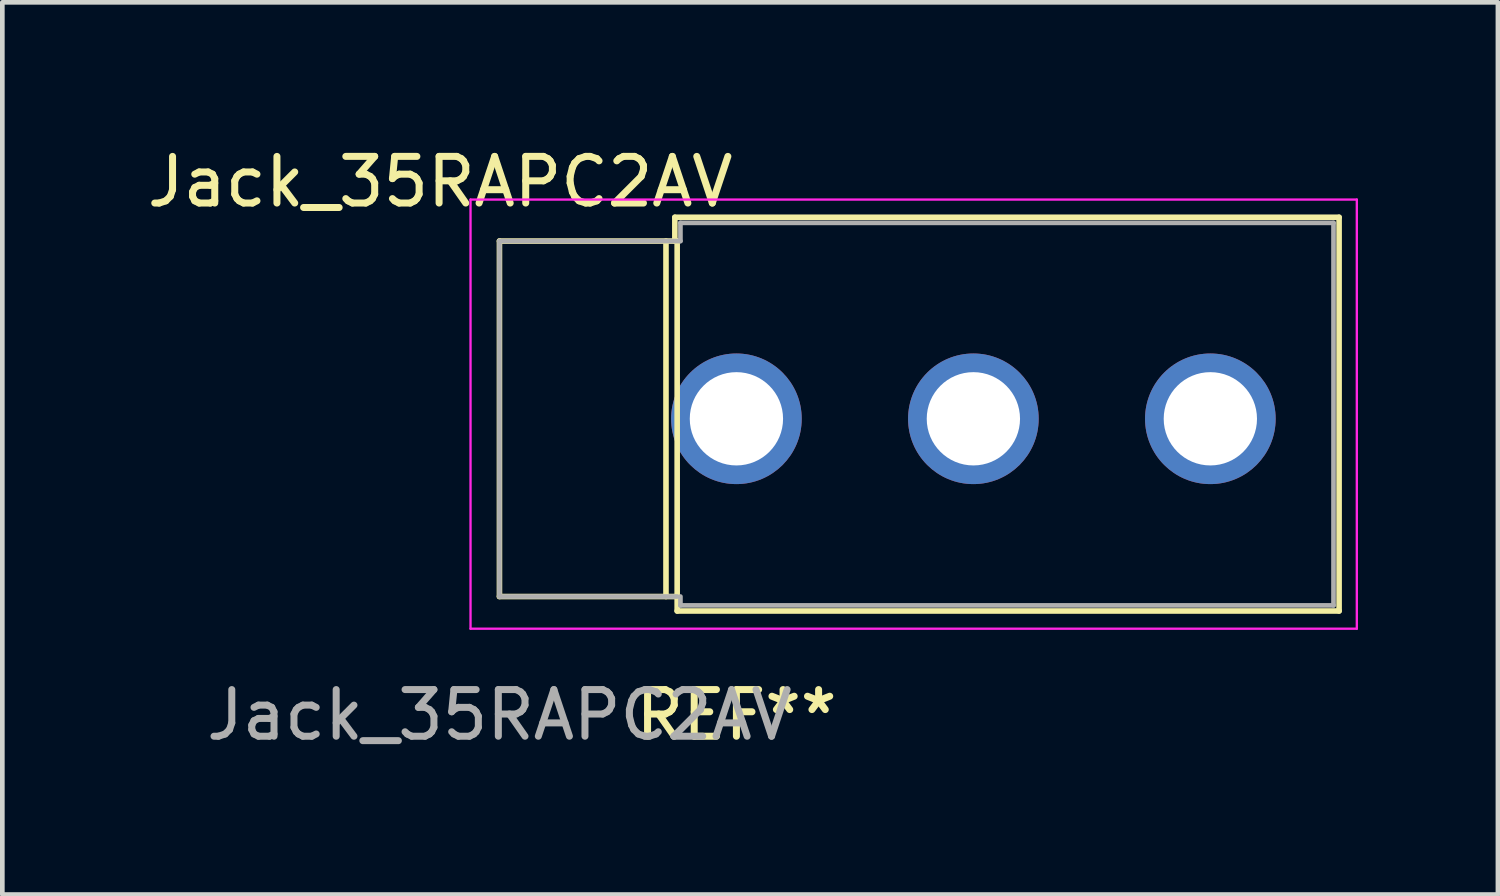
<source format=kicad_pcb>
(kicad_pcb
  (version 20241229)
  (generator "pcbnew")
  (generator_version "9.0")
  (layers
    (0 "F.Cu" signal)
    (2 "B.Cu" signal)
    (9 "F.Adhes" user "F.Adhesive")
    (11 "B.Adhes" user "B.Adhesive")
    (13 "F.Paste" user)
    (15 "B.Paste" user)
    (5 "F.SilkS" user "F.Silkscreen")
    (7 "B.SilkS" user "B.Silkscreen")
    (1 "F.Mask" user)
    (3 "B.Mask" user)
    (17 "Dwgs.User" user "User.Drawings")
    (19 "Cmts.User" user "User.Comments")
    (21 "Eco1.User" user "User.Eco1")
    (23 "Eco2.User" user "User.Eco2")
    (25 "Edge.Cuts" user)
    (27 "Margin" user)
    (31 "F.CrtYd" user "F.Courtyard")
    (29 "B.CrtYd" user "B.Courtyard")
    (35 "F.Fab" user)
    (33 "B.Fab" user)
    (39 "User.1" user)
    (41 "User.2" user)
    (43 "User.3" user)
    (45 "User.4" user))
  (footprint "Jack_35RAPC2AV"
    (layer "F.Cu")
    (at 17.817 5.928)
    (property "Reference" "Jack_35RAPC2AV" (at -11.43 -5.08 0) (layer "F.SilkS") (effects (font (size 1 1) (thickness 0.15))))
    (attr through_hole)
    (fp_line (start -10.16 -3.81) (end -6.35 -3.81) (stroke (width 0.12) (type solid)) (layer "F.SilkS"))
    (fp_line (start -10.16 3.81) (end -10.16 -3.81) (stroke (width 0.12) (type solid)) (layer "F.SilkS"))
    (fp_line (start -6.59 3.81) (end -6.59 -3.81) (stroke (width 0.12) (type solid)) (layer "F.SilkS"))
    (fp_line (start -6.4 -4.32) (end 7.84 -4.32) (stroke (width 0.12) (type solid)) (layer "F.SilkS"))
    (fp_line (start -6.4 -3.81) (end -6.4 -4.32) (stroke (width 0.12) (type solid)) (layer "F.SilkS"))
    (fp_line (start -6.35 3.81) (end -10.16 3.81) (stroke (width 0.12) (type solid)) (layer "F.SilkS"))
    (fp_line (start -6.35 3.81) (end -6.35 -3.81) (stroke (width 0.12) (type solid)) (layer "F.SilkS"))
    (fp_line (start -6.35 4.12) (end -6.35 3.81) (stroke (width 0.12) (type solid)) (layer "F.SilkS"))
    (fp_line (start 7.84 -4.32) (end 7.84 4.12) (stroke (width 0.12) (type solid)) (layer "F.SilkS"))
    (fp_line (start 7.84 4.12) (end -6.35 4.12) (stroke (width 0.12) (type solid)) (layer "F.SilkS"))
    (fp_line (start -10.78 -4.7) (end -10.78 4.5) (stroke (width 0.05) (type solid)) (layer "F.CrtYd"))
    (fp_line (start -10.78 4.5) (end 8.22 4.5) (stroke (width 0.05) (type solid)) (layer "F.CrtYd"))
    (fp_line (start 8.22 -4.7) (end -10.78 -4.7) (stroke (width 0.05) (type solid)) (layer "F.CrtYd"))
    (fp_line (start 8.22 4.5) (end 8.22 -4.7) (stroke (width 0.05) (type solid)) (layer "F.CrtYd"))
    (fp_line (start -10.16 -3.81) (end -6.28 -3.81) (stroke (width 0.1) (type solid)) (layer "F.Fab"))
    (fp_line (start -10.16 3.81) (end -10.16 -3.81) (stroke (width 0.1) (type solid)) (layer "F.Fab"))
    (fp_line (start -6.35 3.81) (end -10.16 3.81) (stroke (width 0.1) (type solid)) (layer "F.Fab"))
    (fp_line (start -6.28 -4.2) (end 7.72 -4.2) (stroke (width 0.1) (type solid)) (layer "F.Fab"))
    (fp_line (start -6.28 -3.81) (end -6.28 -4.2) (stroke (width 0.1) (type solid)) (layer "F.Fab"))
    (fp_line (start -6.28 4) (end -6.28 3.81) (stroke (width 0.1) (type solid)) (layer "F.Fab"))
    (fp_line (start 7.72 -4.2) (end 7.72 4) (stroke (width 0.1) (type solid)) (layer "F.Fab"))
    (fp_line (start 7.72 4) (end -6.28 4) (stroke (width 0.1) (type solid)) (layer "F.Fab"))
    (fp_text user "REF**" (at -5.08 6.35 180) (layer "F.SilkS") (effects (font (size 1 1) (thickness 0.15))))
    (fp_text user "${REFERENCE}" (at -10.16 6.35 180) (layer "F.Fab") (effects (font (size 1 1) (thickness 0.15))))
    (pad "R" thru_hole circle (at 5.08 0 90) (size 2.8 2.8) (drill 2) (layers "*.Cu" "*.Mask"))
    (pad "S" thru_hole circle (at -5.08 0 90) (size 2.8 2.8) (drill 2) (layers "*.Cu" "*.Mask"))
    (pad "T" thru_hole circle (at 0 0 90) (size 2.8 2.8) (drill 2) (layers "*.Cu" "*.Mask")))
  (gr_rect
    (start -3 -3)
    (end 29.062 16.127)
    (stroke (width 0.1) (type default))
    (fill no)
    (layer "Edge.Cuts")))
</source>
